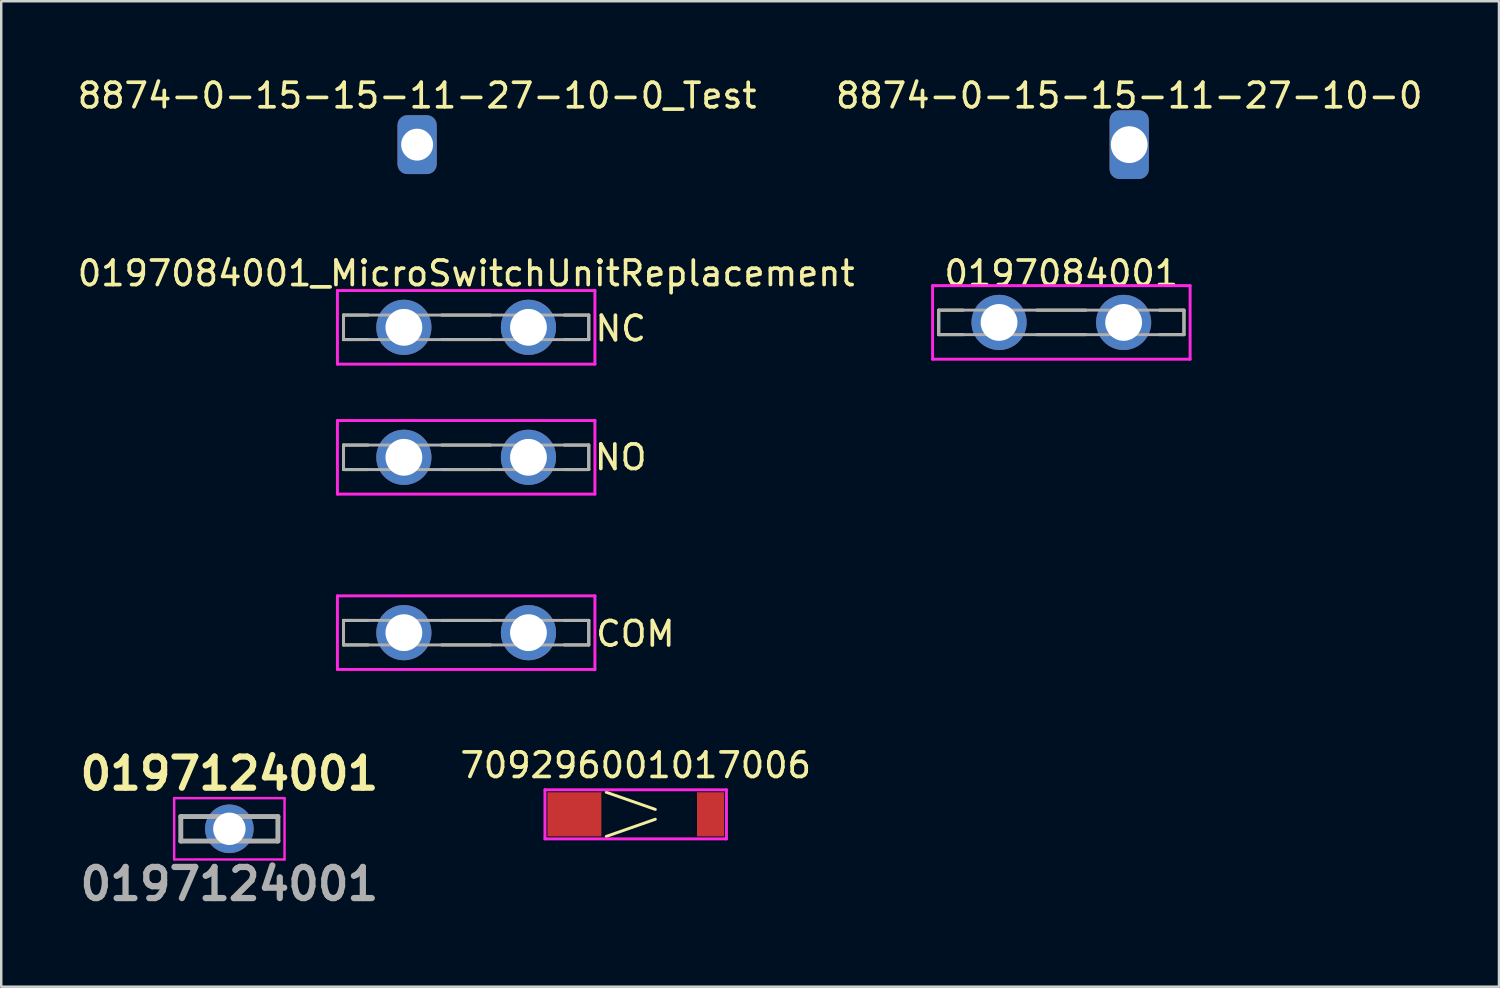
<source format=kicad_pcb>
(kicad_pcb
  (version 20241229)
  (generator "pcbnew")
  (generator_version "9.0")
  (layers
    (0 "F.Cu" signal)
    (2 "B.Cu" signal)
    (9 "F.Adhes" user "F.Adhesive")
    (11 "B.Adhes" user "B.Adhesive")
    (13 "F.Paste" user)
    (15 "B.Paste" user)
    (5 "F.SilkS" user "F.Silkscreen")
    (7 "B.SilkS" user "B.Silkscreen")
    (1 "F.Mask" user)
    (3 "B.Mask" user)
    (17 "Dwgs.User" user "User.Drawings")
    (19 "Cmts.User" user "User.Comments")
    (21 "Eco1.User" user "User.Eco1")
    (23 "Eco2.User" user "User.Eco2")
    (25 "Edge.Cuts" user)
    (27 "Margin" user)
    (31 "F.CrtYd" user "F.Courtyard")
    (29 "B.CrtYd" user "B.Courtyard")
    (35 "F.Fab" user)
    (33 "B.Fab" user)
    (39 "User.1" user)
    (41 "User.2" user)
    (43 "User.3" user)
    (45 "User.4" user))
  (footprint "709296001017006"
    (layer "F.Cu")
    (at 22.871 30.155)
    (property "Reference" "709296001017006" (at 0 -2 0) (layer "F.SilkS") (effects (font (size 1 1) (thickness 0.15))))
    (attr through_hole)
    (fp_line (start -1.2 -0.9) (end 0.8 -0.2) (stroke (width 0.12) (type solid)) (layer "F.SilkS"))
    (fp_line (start -1.2 0.9) (end 0.8 0.2) (stroke (width 0.12) (type solid)) (layer "F.SilkS"))
    (fp_line (start -3.7 -1) (end 3.7 -1) (stroke (width 0.12) (type solid)) (layer "F.CrtYd"))
    (fp_line (start -3.7 1) (end -3.7 -1) (stroke (width 0.12) (type solid)) (layer "F.CrtYd"))
    (fp_line (start 3.7 -1) (end 3.7 1) (stroke (width 0.12) (type solid)) (layer "F.CrtYd"))
    (fp_line (start 3.7 1) (end -3.7 1) (stroke (width 0.12) (type solid)) (layer "F.CrtYd"))
    (pad "1" smd rect (at -2.5 0) (size 2.2 1.8) (layers "F.Cu" "F.Mask" "F.Paste"))
    (pad "1" smd rect (at 3.05 0) (size 1.1 1.8) (layers "F.Cu" "F.Mask" "F.Paste")))
  (footprint "0197084001"
    (layer "F.Cu")
    (at 40.227 10.097)
    (property "Reference" "0197084001" (at 0 -2 0) (layer "F.SilkS") (effects (font (size 1 1) (thickness 0.15))))
    (attr through_hole)
    (fp_line (start -5 -0.5) (end -4 -0.5) (stroke (width 0.12) (type solid)) (layer "F.SilkS"))
    (fp_line (start -5 0.5) (end -5 -0.5) (stroke (width 0.12) (type solid)) (layer "F.SilkS"))
    (fp_line (start -5 0.5) (end -4 0.5) (stroke (width 0.12) (type solid)) (layer "F.SilkS"))
    (fp_line (start -1 -0.5) (end 1 -0.5) (stroke (width 0.12) (type solid)) (layer "F.SilkS"))
    (fp_line (start -1 0.5) (end 1 0.5) (stroke (width 0.12) (type solid)) (layer "F.SilkS"))
    (fp_line (start 4 0.5) (end 5 0.5) (stroke (width 0.12) (type solid)) (layer "F.SilkS"))
    (fp_line (start 5 -0.5) (end 4 -0.5) (stroke (width 0.12) (type solid)) (layer "F.SilkS"))
    (fp_line (start 5 0.5) (end 5 -0.5) (stroke (width 0.12) (type solid)) (layer "F.SilkS"))
    (fp_line (start -5.25 -1.5) (end -5.25 1.5) (stroke (width 0.12) (type solid)) (layer "F.CrtYd"))
    (fp_line (start -5.25 1.5) (end 5.25 1.5) (stroke (width 0.12) (type solid)) (layer "F.CrtYd"))
    (fp_line (start 5.25 -1.5) (end -5.25 -1.5) (stroke (width 0.12) (type solid)) (layer "F.CrtYd"))
    (fp_line (start 5.25 1.5) (end 5.25 -1.5) (stroke (width 0.12) (type solid)) (layer "F.CrtYd"))
    (fp_line (start -5 -0.5) (end 5 -0.5) (stroke (width 0.12) (type solid)) (layer "F.Fab"))
    (fp_line (start -5 0.5) (end -5 -0.5) (stroke (width 0.12) (type solid)) (layer "F.Fab"))
    (fp_line (start 5 -0.5) (end 5 0.5) (stroke (width 0.12) (type solid)) (layer "F.Fab"))
    (fp_line (start 5 0.5) (end -5 0.5) (stroke (width 0.12) (type solid)) (layer "F.Fab"))
    (pad "1" thru_hole circle (at -2.54 0) (size 2.25 2.25) (drill 1.5) (layers "*.Cu" "*.Mask"))
    (pad "1" thru_hole circle (at 2.54 0) (size 2.25 2.25) (drill 1.5) (layers "*.Cu" "*.Mask")))
  (footprint "0197084001_MicroSwitchUnitReplacement"
    (layer "F.Cu")
    (at 15.958 15.597)
    (property "Reference" "0197084001_MicroSwitchUnitReplacement" (at 0 -7.5 0) (layer "F.SilkS") (effects (font (size 1 1) (thickness 0.15))))
    (attr through_hole)
    (fp_line (start -5 -5.8) (end -4 -5.8) (stroke (width 0.12) (type solid)) (layer "F.SilkS"))
    (fp_line (start -5 -4.8) (end -5 -5.8) (stroke (width 0.12) (type solid)) (layer "F.SilkS"))
    (fp_line (start -5 -4.8) (end -4 -4.8) (stroke (width 0.12) (type solid)) (layer "F.SilkS"))
    (fp_line (start -5 -0.5) (end -4 -0.5) (stroke (width 0.12) (type solid)) (layer "F.SilkS"))
    (fp_line (start -5 0.5) (end -5 -0.5) (stroke (width 0.12) (type solid)) (layer "F.SilkS"))
    (fp_line (start -5 0.5) (end -4 0.5) (stroke (width 0.12) (type solid)) (layer "F.SilkS"))
    (fp_line (start -5 6.65) (end -4 6.65) (stroke (width 0.12) (type solid)) (layer "F.SilkS"))
    (fp_line (start -5 7.65) (end -5 6.65) (stroke (width 0.12) (type solid)) (layer "F.SilkS"))
    (fp_line (start -5 7.65) (end -4 7.65) (stroke (width 0.12) (type solid)) (layer "F.SilkS"))
    (fp_line (start -1 -5.8) (end 1 -5.8) (stroke (width 0.12) (type solid)) (layer "F.SilkS"))
    (fp_line (start -1 -4.8) (end 1 -4.8) (stroke (width 0.12) (type solid)) (layer "F.SilkS"))
    (fp_line (start -1 -0.5) (end 1 -0.5) (stroke (width 0.12) (type solid)) (layer "F.SilkS"))
    (fp_line (start -1 0.5) (end 1 0.5) (stroke (width 0.12) (type solid)) (layer "F.SilkS"))
    (fp_line (start -1 6.65) (end 1 6.65) (stroke (width 0.12) (type solid)) (layer "F.SilkS"))
    (fp_line (start -1 7.65) (end 1 7.65) (stroke (width 0.12) (type solid)) (layer "F.SilkS"))
    (fp_line (start 4 -4.8) (end 5 -4.8) (stroke (width 0.12) (type solid)) (layer "F.SilkS"))
    (fp_line (start 4 0.5) (end 5 0.5) (stroke (width 0.12) (type solid)) (layer "F.SilkS"))
    (fp_line (start 4 7.65) (end 5 7.65) (stroke (width 0.12) (type solid)) (layer "F.SilkS"))
    (fp_line (start 5 -5.8) (end 4 -5.8) (stroke (width 0.12) (type solid)) (layer "F.SilkS"))
    (fp_line (start 5 -4.8) (end 5 -5.8) (stroke (width 0.12) (type solid)) (layer "F.SilkS"))
    (fp_line (start 5 -0.5) (end 4 -0.5) (stroke (width 0.12) (type solid)) (layer "F.SilkS"))
    (fp_line (start 5 0.5) (end 5 -0.5) (stroke (width 0.12) (type solid)) (layer "F.SilkS"))
    (fp_line (start 5 6.65) (end 4 6.65) (stroke (width 0.12) (type solid)) (layer "F.SilkS"))
    (fp_line (start 5 7.65) (end 5 6.65) (stroke (width 0.12) (type solid)) (layer "F.SilkS"))
    (fp_line (start -5.25 -6.8) (end -5.25 -3.8) (stroke (width 0.12) (type solid)) (layer "F.CrtYd"))
    (fp_line (start -5.25 -3.8) (end 5.25 -3.8) (stroke (width 0.12) (type solid)) (layer "F.CrtYd"))
    (fp_line (start -5.25 -1.5) (end -5.25 1.5) (stroke (width 0.12) (type solid)) (layer "F.CrtYd"))
    (fp_line (start -5.25 1.5) (end 5.25 1.5) (stroke (width 0.12) (type solid)) (layer "F.CrtYd"))
    (fp_line (start -5.25 5.65) (end -5.25 8.65) (stroke (width 0.12) (type solid)) (layer "F.CrtYd"))
    (fp_line (start -5.25 8.65) (end 5.25 8.65) (stroke (width 0.12) (type solid)) (layer "F.CrtYd"))
    (fp_line (start 5.25 -6.8) (end -5.25 -6.8) (stroke (width 0.12) (type solid)) (layer "F.CrtYd"))
    (fp_line (start 5.25 -3.8) (end 5.25 -6.8) (stroke (width 0.12) (type solid)) (layer "F.CrtYd"))
    (fp_line (start 5.25 -1.5) (end -5.25 -1.5) (stroke (width 0.12) (type solid)) (layer "F.CrtYd"))
    (fp_line (start 5.25 1.5) (end 5.25 -1.5) (stroke (width 0.12) (type solid)) (layer "F.CrtYd"))
    (fp_line (start 5.25 5.65) (end -5.25 5.65) (stroke (width 0.12) (type solid)) (layer "F.CrtYd"))
    (fp_line (start 5.25 8.65) (end 5.25 5.65) (stroke (width 0.12) (type solid)) (layer "F.CrtYd"))
    (fp_line (start -5 -5.8) (end 5 -5.8) (stroke (width 0.12) (type solid)) (layer "F.Fab"))
    (fp_line (start -5 -4.8) (end -5 -5.8) (stroke (width 0.12) (type solid)) (layer "F.Fab"))
    (fp_line (start -5 -0.5) (end 5 -0.5) (stroke (width 0.12) (type solid)) (layer "F.Fab"))
    (fp_line (start -5 0.5) (end -5 -0.5) (stroke (width 0.12) (type solid)) (layer "F.Fab"))
    (fp_line (start -5 6.65) (end 5 6.65) (stroke (width 0.12) (type solid)) (layer "F.Fab"))
    (fp_line (start -5 7.65) (end -5 6.65) (stroke (width 0.12) (type solid)) (layer "F.Fab"))
    (fp_line (start 5 -5.8) (end 5 -4.8) (stroke (width 0.12) (type solid)) (layer "F.Fab"))
    (fp_line (start 5 -4.8) (end -5 -4.8) (stroke (width 0.12) (type solid)) (layer "F.Fab"))
    (fp_line (start 5 -0.5) (end 5 0.5) (stroke (width 0.12) (type solid)) (layer "F.Fab"))
    (fp_line (start 5 0.5) (end -5 0.5) (stroke (width 0.12) (type solid)) (layer "F.Fab"))
    (fp_line (start 5 6.65) (end 5 7.65) (stroke (width 0.12) (type solid)) (layer "F.Fab"))
    (fp_line (start 5 7.65) (end -5 7.65) (stroke (width 0.12) (type solid)) (layer "F.Fab"))
    (fp_text user "COM" (at 6.9 7.2 0) (layer "F.SilkS") (effects (font (size 1 1) (thickness 0.15))))
    (fp_text user "NC" (at 6.3 -5.25 0) (layer "F.SilkS") (effects (font (size 1 1) (thickness 0.15))))
    (fp_text user "NO" (at 6.3 0 0) (layer "F.SilkS") (effects (font (size 1 1) (thickness 0.15))))
    (pad "1" thru_hole circle (at -2.54 -5.3) (size 2.25 2.25) (drill 1.5) (layers "*.Cu" "*.Mask"))
    (pad "1" thru_hole circle (at 2.54 -5.3) (size 2.25 2.25) (drill 1.5) (layers "*.Cu" "*.Mask"))
    (pad "2" thru_hole circle (at -2.54 0) (size 2.25 2.25) (drill 1.5) (layers "*.Cu" "*.Mask"))
    (pad "2" thru_hole circle (at 2.54 0) (size 2.25 2.25) (drill 1.5) (layers "*.Cu" "*.Mask"))
    (pad "3" thru_hole circle (at -2.54 7.15) (size 2.25 2.25) (drill 1.5) (layers "*.Cu" "*.Mask"))
    (pad "3" thru_hole circle (at 2.54 7.15) (size 2.25 2.25) (drill 1.5) (layers "*.Cu" "*.Mask")))
  (footprint "8874-0-15-15-11-27-10-0"
    (layer "F.Cu")
    (at 42.994 2.848)
    (property "Reference" "8874-0-15-15-11-27-10-0" (at 0 -2 0) (layer "F.SilkS") (effects (font (size 1 1) (thickness 0.15))))
    (attr through_hole)
    (pad "1" thru_hole roundrect (at 0 0) (size 1.6 2.8) (drill 1.5) (layers "*.Cu" "*.Mask" "B.Paste") (roundrect_rratio 0.25)))
  (footprint "8874-0-15-15-11-27-10-0_Test"
    (layer "F.Cu")
    (at 13.958 2.848)
    (property "Reference" "8874-0-15-15-11-27-10-0_Test" (at 0 -2 0) (layer "F.SilkS") (effects (font (size 1 1) (thickness 0.15))))
    (attr through_hole)
    (pad "1" thru_hole roundrect (at 0 0) (size 1.6 2.4) (drill 1.3) (layers "*.Cu" "*.Mask" "B.Paste") (roundrect_rratio 0.25)))
  (footprint "0197124001"
    (layer "F.Cu")
    (at 6.302 30.745)
    (property "Reference" "0197124001" (at 0 -2.25 0) (layer "F.SilkS") (effects (font (size 1.27 1.27) (thickness 0.254))))
    (attr through_hole)
    (fp_line (start -1.98 -0.5) (end -1.98 0.5) (stroke (width 0.1) (type solid)) (layer "F.SilkS"))
    (fp_line (start -1.98 0.5) (end -1.5 0.5) (stroke (width 0.1) (type solid)) (layer "F.SilkS"))
    (fp_line (start -1.5 -0.5) (end -1.98 -0.5) (stroke (width 0.1) (type solid)) (layer "F.SilkS"))
    (fp_line (start 1.5 -0.5) (end 1.98 -0.5) (stroke (width 0.1) (type solid)) (layer "F.SilkS"))
    (fp_line (start 1.98 -0.5) (end 1.98 0.5) (stroke (width 0.1) (type solid)) (layer "F.SilkS"))
    (fp_line (start 1.98 0.5) (end 1.5 0.5) (stroke (width 0.1) (type solid)) (layer "F.SilkS"))
    (fp_line (start -2.25 -1.25) (end 2.25 -1.25) (stroke (width 0.1) (type solid)) (layer "F.CrtYd"))
    (fp_line (start -2.25 1.25) (end -2.25 -1.25) (stroke (width 0.1) (type solid)) (layer "F.CrtYd"))
    (fp_line (start 2.25 -1.25) (end 2.25 1.25) (stroke (width 0.1) (type solid)) (layer "F.CrtYd"))
    (fp_line (start 2.25 1.25) (end -2.25 1.25) (stroke (width 0.1) (type solid)) (layer "F.CrtYd"))
    (fp_line (start -1.98 -0.5) (end 1.98 -0.5) (stroke (width 0.2) (type solid)) (layer "F.Fab"))
    (fp_line (start -1.98 0.5) (end -1.98 -0.5) (stroke (width 0.2) (type solid)) (layer "F.Fab"))
    (fp_line (start 1.98 -0.5) (end 1.98 0.5) (stroke (width 0.2) (type solid)) (layer "F.Fab"))
    (fp_line (start 1.98 0.5) (end -1.98 0.5) (stroke (width 0.2) (type solid)) (layer "F.Fab"))
    (fp_text user "${REFERENCE}" (at 0 2.25 0) (layer "F.Fab") (effects (font (size 1.27 1.27) (thickness 0.254))))
    (pad "1" thru_hole circle (at 0 0) (size 1.98 1.98) (drill 1.32) (layers "*.Cu" "*.Mask")))
  (gr_rect
    (start -3 -3)
    (end 58.071 37.184)
    (stroke (width 0.1) (type default))
    (fill no)
    (layer "Edge.Cuts")))
</source>
